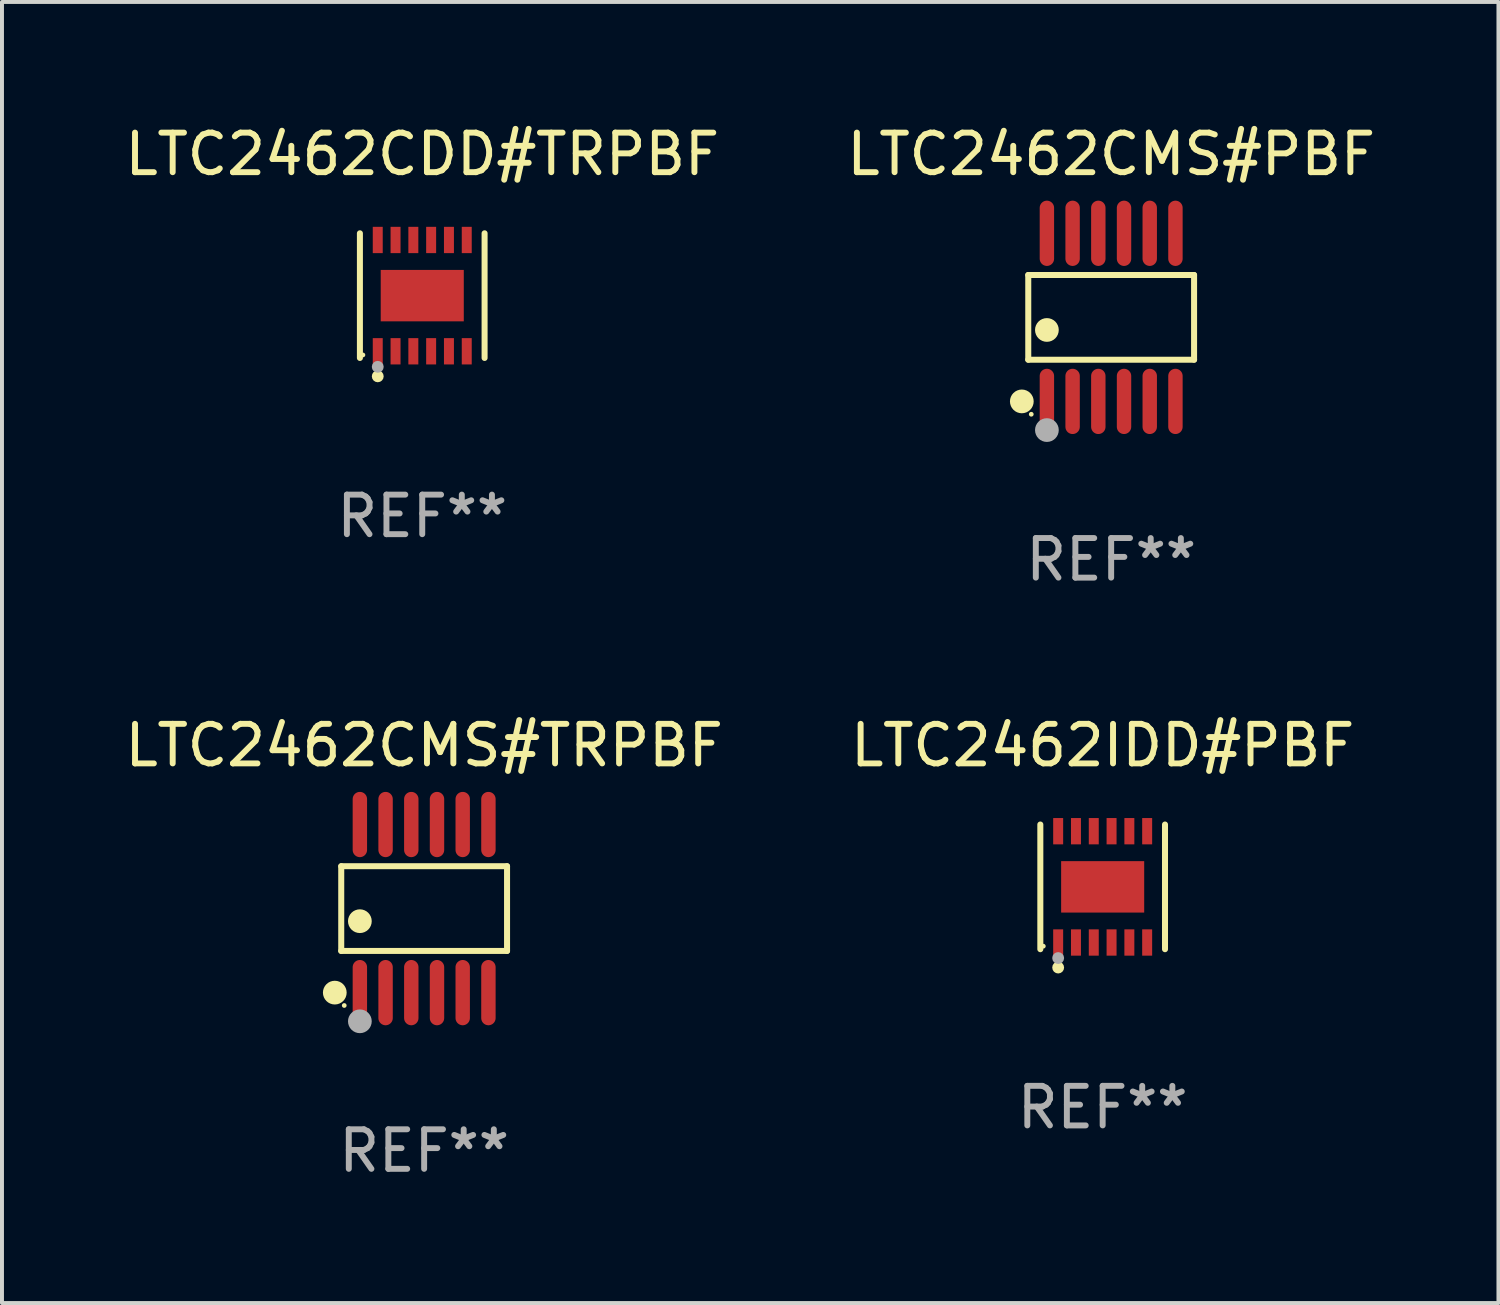
<source format=kicad_pcb>
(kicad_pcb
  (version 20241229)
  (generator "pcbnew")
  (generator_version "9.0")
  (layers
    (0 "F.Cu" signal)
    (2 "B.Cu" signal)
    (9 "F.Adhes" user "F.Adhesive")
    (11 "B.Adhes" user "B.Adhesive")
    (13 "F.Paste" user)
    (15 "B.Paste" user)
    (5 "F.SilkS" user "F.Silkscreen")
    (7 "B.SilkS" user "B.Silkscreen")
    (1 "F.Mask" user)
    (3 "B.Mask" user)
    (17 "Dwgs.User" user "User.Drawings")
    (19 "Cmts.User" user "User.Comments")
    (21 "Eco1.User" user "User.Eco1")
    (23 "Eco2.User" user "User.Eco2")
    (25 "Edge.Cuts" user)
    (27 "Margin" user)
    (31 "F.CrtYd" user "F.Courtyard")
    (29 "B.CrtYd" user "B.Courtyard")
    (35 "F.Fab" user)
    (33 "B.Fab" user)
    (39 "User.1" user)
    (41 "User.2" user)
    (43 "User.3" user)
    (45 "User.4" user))
  (footprint "LTC2462CDD#TRPBF"
    (layer "F.Cu")
    (at 7.625 4.424)
    (property "Reference" "LTC2462CDD#TRPBF" (at 0 -3.576 0) (layer "F.SilkS") (effects (font (size 1 1) (thickness 0.15))))
    (attr through_hole)
    (fp_line (start -1.576 1.576) (end -1.576 -1.576) (stroke (width 0.152) (type solid)) (layer "F.SilkS"))
    (fp_line (start 1.576 1.576) (end 1.576 -1.576) (stroke (width 0.152) (type solid)) (layer "F.SilkS"))
    (fp_circle (center -1.5 1.5) (end -1.47 1.5) (stroke (width 0.06) (type solid)) (fill no) (layer "F.SilkS"))
    (fp_circle (center -1.125 2.04) (end -1.05 2.04) (stroke (width 0.15) (type solid)) (fill no) (layer "F.SilkS"))
    (fp_circle (center -1.125 1.8) (end -1.05 1.8) (stroke (width 0.15) (type solid)) (fill no) (layer "F.Fab"))
    (fp_text user "REF**" (at 0 5.576 0) (layer "F.Fab") (effects (font (size 1 1) (thickness 0.15))))
    (pad "1" smd rect (at -1.125 1.407) (size 0.252 0.665) (layers "F.Cu" "F.Mask" "F.Paste"))
    (pad "2" smd rect (at -0.675 1.407) (size 0.252 0.665) (layers "F.Cu" "F.Mask" "F.Paste"))
    (pad "3" smd rect (at -0.225 1.407) (size 0.252 0.665) (layers "F.Cu" "F.Mask" "F.Paste"))
    (pad "4" smd rect (at 0.225 1.407) (size 0.252 0.665) (layers "F.Cu" "F.Mask" "F.Paste"))
    (pad "5" smd rect (at 0.675 1.407) (size 0.252 0.665) (layers "F.Cu" "F.Mask" "F.Paste"))
    (pad "6" smd rect (at 1.125 1.407) (size 0.252 0.665) (layers "F.Cu" "F.Mask" "F.Paste"))
    (pad "7" smd rect (at 1.125 -1.407) (size 0.252 0.665) (layers "F.Cu" "F.Mask" "F.Paste"))
    (pad "8" smd rect (at 0.675 -1.407) (size 0.252 0.665) (layers "F.Cu" "F.Mask" "F.Paste"))
    (pad "9" smd rect (at 0.225 -1.407) (size 0.252 0.665) (layers "F.Cu" "F.Mask" "F.Paste"))
    (pad "10" smd rect (at -0.225 -1.407) (size 0.252 0.665) (layers "F.Cu" "F.Mask" "F.Paste"))
    (pad "11" smd rect (at -0.675 -1.407) (size 0.252 0.665) (layers "F.Cu" "F.Mask" "F.Paste"))
    (pad "12" smd rect (at -1.125 -1.407) (size 0.252 0.665) (layers "F.Cu" "F.Mask" "F.Paste"))
    (pad "13" smd rect (at 0 0) (size 2.1 1.3) (layers "F.Cu" "F.Mask" "F.Paste")))
  (footprint "LTC2462IDD#PBF"
    (layer "F.Cu")
    (at 24.827 19.371)
    (property "Reference" "LTC2462IDD#PBF" (at 0 -3.576 0) (layer "F.SilkS") (effects (font (size 1 1) (thickness 0.15))))
    (attr through_hole)
    (fp_line (start -1.576 1.576) (end -1.576 -1.576) (stroke (width 0.152) (type solid)) (layer "F.SilkS"))
    (fp_line (start 1.576 1.576) (end 1.576 -1.576) (stroke (width 0.152) (type solid)) (layer "F.SilkS"))
    (fp_circle (center -1.5 1.5) (end -1.47 1.5) (stroke (width 0.06) (type solid)) (fill no) (layer "F.SilkS"))
    (fp_circle (center -1.125 2.04) (end -1.05 2.04) (stroke (width 0.15) (type solid)) (fill no) (layer "F.SilkS"))
    (fp_circle (center -1.125 1.8) (end -1.05 1.8) (stroke (width 0.15) (type solid)) (fill no) (layer "F.Fab"))
    (fp_text user "REF**" (at 0 5.576 0) (layer "F.Fab") (effects (font (size 1 1) (thickness 0.15))))
    (pad "1" smd rect (at -1.125 1.407) (size 0.252 0.665) (layers "F.Cu" "F.Mask" "F.Paste"))
    (pad "2" smd rect (at -0.675 1.407) (size 0.252 0.665) (layers "F.Cu" "F.Mask" "F.Paste"))
    (pad "3" smd rect (at -0.225 1.407) (size 0.252 0.665) (layers "F.Cu" "F.Mask" "F.Paste"))
    (pad "4" smd rect (at 0.225 1.407) (size 0.252 0.665) (layers "F.Cu" "F.Mask" "F.Paste"))
    (pad "5" smd rect (at 0.675 1.407) (size 0.252 0.665) (layers "F.Cu" "F.Mask" "F.Paste"))
    (pad "6" smd rect (at 1.125 1.407) (size 0.252 0.665) (layers "F.Cu" "F.Mask" "F.Paste"))
    (pad "7" smd rect (at 1.125 -1.407) (size 0.252 0.665) (layers "F.Cu" "F.Mask" "F.Paste"))
    (pad "8" smd rect (at 0.675 -1.407) (size 0.252 0.665) (layers "F.Cu" "F.Mask" "F.Paste"))
    (pad "9" smd rect (at 0.225 -1.407) (size 0.252 0.665) (layers "F.Cu" "F.Mask" "F.Paste"))
    (pad "10" smd rect (at -0.225 -1.407) (size 0.252 0.665) (layers "F.Cu" "F.Mask" "F.Paste"))
    (pad "11" smd rect (at -0.675 -1.407) (size 0.252 0.665) (layers "F.Cu" "F.Mask" "F.Paste"))
    (pad "12" smd rect (at -1.125 -1.407) (size 0.252 0.665) (layers "F.Cu" "F.Mask" "F.Paste"))
    (pad "13" smd rect (at 0 0) (size 2.1 1.3) (layers "F.Cu" "F.Mask" "F.Paste")))
  (footprint "LTC2462CMS#TRPBF"
    (layer "F.Cu")
    (at 7.673 19.92)
    (property "Reference" "LTC2462CMS#TRPBF" (at 0 -4.125 0) (layer "F.SilkS") (effects (font (size 1 1) (thickness 0.15))))
    (attr through_hole)
    (fp_line (start -2.096 -1.071) (end 2.096 -1.071) (stroke (width 0.152) (type solid)) (layer "F.SilkS"))
    (fp_line (start -2.096 1.071) (end -2.096 -1.071) (stroke (width 0.152) (type solid)) (layer "F.SilkS"))
    (fp_line (start 2.096 -1.071) (end 2.096 1.071) (stroke (width 0.152) (type solid)) (layer "F.SilkS"))
    (fp_line (start 2.096 1.071) (end -2.096 1.071) (stroke (width 0.152) (type solid)) (layer "F.SilkS"))
    (fp_circle (center -2.259 2.125) (end -2.109 2.125) (stroke (width 0.3) (type solid)) (fill no) (layer "F.SilkS"))
    (fp_circle (center -2.02 2.45) (end -1.99 2.45) (stroke (width 0.06) (type solid)) (fill no) (layer "F.SilkS"))
    (fp_circle (center -1.625 0.319) (end -1.475 0.319) (stroke (width 0.3) (type solid)) (fill no) (layer "F.SilkS"))
    (fp_circle (center -1.625 2.85) (end -1.475 2.85) (stroke (width 0.3) (type solid)) (fill no) (layer "F.Fab"))
    (fp_text user "REF**" (at 0 6.125 0) (layer "F.Fab") (effects (font (size 1 1) (thickness 0.15))))
    (pad "1" smd oval (at -1.625 2.125) (size 0.364 1.65) (layers "F.Cu" "F.Mask" "F.Paste"))
    (pad "2" smd oval (at -0.975 2.125) (size 0.364 1.65) (layers "F.Cu" "F.Mask" "F.Paste"))
    (pad "3" smd oval (at -0.325 2.125) (size 0.364 1.65) (layers "F.Cu" "F.Mask" "F.Paste"))
    (pad "4" smd oval (at 0.325 2.125) (size 0.364 1.65) (layers "F.Cu" "F.Mask" "F.Paste"))
    (pad "5" smd oval (at 0.975 2.125) (size 0.364 1.65) (layers "F.Cu" "F.Mask" "F.Paste"))
    (pad "6" smd oval (at 1.625 2.125) (size 0.364 1.65) (layers "F.Cu" "F.Mask" "F.Paste"))
    (pad "7" smd oval (at 1.625 -2.125) (size 0.364 1.65) (layers "F.Cu" "F.Mask" "F.Paste"))
    (pad "8" smd oval (at 0.975 -2.125) (size 0.364 1.65) (layers "F.Cu" "F.Mask" "F.Paste"))
    (pad "9" smd oval (at 0.325 -2.125) (size 0.364 1.65) (layers "F.Cu" "F.Mask" "F.Paste"))
    (pad "10" smd oval (at -0.325 -2.125) (size 0.364 1.65) (layers "F.Cu" "F.Mask" "F.Paste"))
    (pad "11" smd oval (at -0.975 -2.125) (size 0.364 1.65) (layers "F.Cu" "F.Mask" "F.Paste"))
    (pad "12" smd oval (at -1.625 -2.125) (size 0.364 1.65) (layers "F.Cu" "F.Mask" "F.Paste")))
  (footprint "LTC2462CMS#PBF"
    (layer "F.Cu")
    (at 25.042 4.973)
    (property "Reference" "LTC2462CMS#PBF" (at 0 -4.125 0) (layer "F.SilkS") (effects (font (size 1 1) (thickness 0.15))))
    (attr through_hole)
    (fp_line (start -2.096 -1.071) (end 2.096 -1.071) (stroke (width 0.152) (type solid)) (layer "F.SilkS"))
    (fp_line (start -2.096 1.071) (end -2.096 -1.071) (stroke (width 0.152) (type solid)) (layer "F.SilkS"))
    (fp_line (start 2.096 -1.071) (end 2.096 1.071) (stroke (width 0.152) (type solid)) (layer "F.SilkS"))
    (fp_line (start 2.096 1.071) (end -2.096 1.071) (stroke (width 0.152) (type solid)) (layer "F.SilkS"))
    (fp_circle (center -2.259 2.125) (end -2.109 2.125) (stroke (width 0.3) (type solid)) (fill no) (layer "F.SilkS"))
    (fp_circle (center -2.02 2.45) (end -1.99 2.45) (stroke (width 0.06) (type solid)) (fill no) (layer "F.SilkS"))
    (fp_circle (center -1.625 0.319) (end -1.475 0.319) (stroke (width 0.3) (type solid)) (fill no) (layer "F.SilkS"))
    (fp_circle (center -1.625 2.85) (end -1.475 2.85) (stroke (width 0.3) (type solid)) (fill no) (layer "F.Fab"))
    (fp_text user "REF**" (at 0 6.125 0) (layer "F.Fab") (effects (font (size 1 1) (thickness 0.15))))
    (pad "1" smd oval (at -1.625 2.125) (size 0.364 1.65) (layers "F.Cu" "F.Mask" "F.Paste"))
    (pad "2" smd oval (at -0.975 2.125) (size 0.364 1.65) (layers "F.Cu" "F.Mask" "F.Paste"))
    (pad "3" smd oval (at -0.325 2.125) (size 0.364 1.65) (layers "F.Cu" "F.Mask" "F.Paste"))
    (pad "4" smd oval (at 0.325 2.125) (size 0.364 1.65) (layers "F.Cu" "F.Mask" "F.Paste"))
    (pad "5" smd oval (at 0.975 2.125) (size 0.364 1.65) (layers "F.Cu" "F.Mask" "F.Paste"))
    (pad "6" smd oval (at 1.625 2.125) (size 0.364 1.65) (layers "F.Cu" "F.Mask" "F.Paste"))
    (pad "7" smd oval (at 1.625 -2.125) (size 0.364 1.65) (layers "F.Cu" "F.Mask" "F.Paste"))
    (pad "8" smd oval (at 0.975 -2.125) (size 0.364 1.65) (layers "F.Cu" "F.Mask" "F.Paste"))
    (pad "9" smd oval (at 0.325 -2.125) (size 0.364 1.65) (layers "F.Cu" "F.Mask" "F.Paste"))
    (pad "10" smd oval (at -0.325 -2.125) (size 0.364 1.65) (layers "F.Cu" "F.Mask" "F.Paste"))
    (pad "11" smd oval (at -0.975 -2.125) (size 0.364 1.65) (layers "F.Cu" "F.Mask" "F.Paste"))
    (pad "12" smd oval (at -1.625 -2.125) (size 0.364 1.65) (layers "F.Cu" "F.Mask" "F.Paste")))
  (gr_rect
    (start -3 -3)
    (end 34.833 29.893)
    (stroke (width 0.1) (type default))
    (fill no)
    (layer "Edge.Cuts")))
</source>
